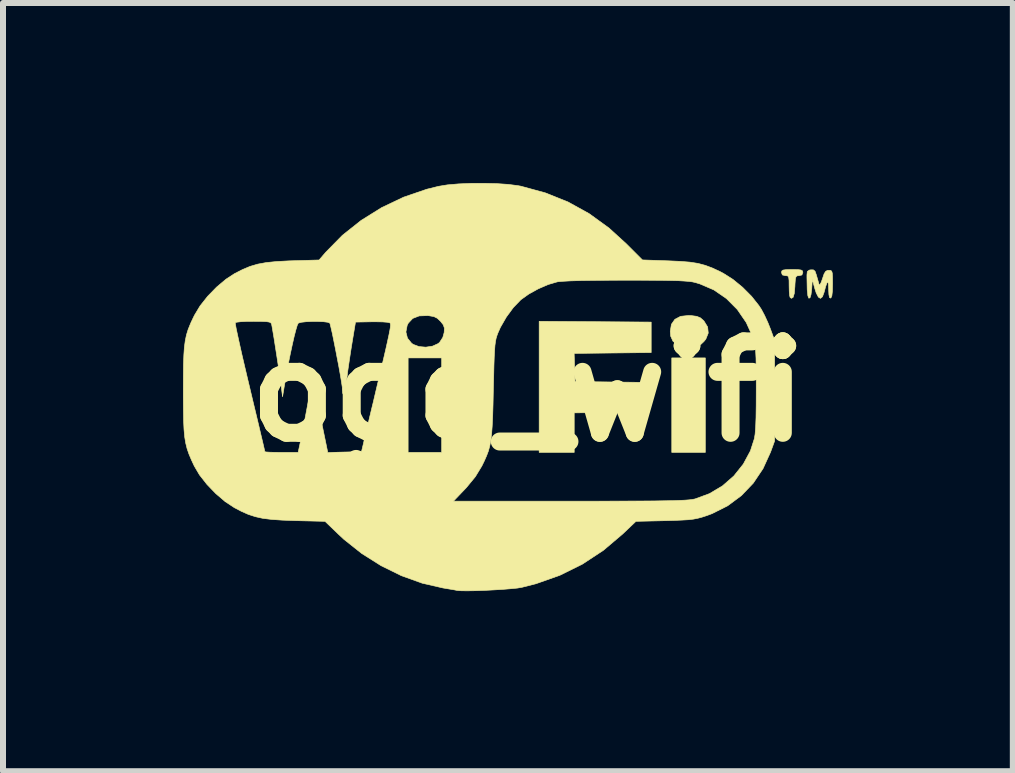
<source format=kicad_pcb>
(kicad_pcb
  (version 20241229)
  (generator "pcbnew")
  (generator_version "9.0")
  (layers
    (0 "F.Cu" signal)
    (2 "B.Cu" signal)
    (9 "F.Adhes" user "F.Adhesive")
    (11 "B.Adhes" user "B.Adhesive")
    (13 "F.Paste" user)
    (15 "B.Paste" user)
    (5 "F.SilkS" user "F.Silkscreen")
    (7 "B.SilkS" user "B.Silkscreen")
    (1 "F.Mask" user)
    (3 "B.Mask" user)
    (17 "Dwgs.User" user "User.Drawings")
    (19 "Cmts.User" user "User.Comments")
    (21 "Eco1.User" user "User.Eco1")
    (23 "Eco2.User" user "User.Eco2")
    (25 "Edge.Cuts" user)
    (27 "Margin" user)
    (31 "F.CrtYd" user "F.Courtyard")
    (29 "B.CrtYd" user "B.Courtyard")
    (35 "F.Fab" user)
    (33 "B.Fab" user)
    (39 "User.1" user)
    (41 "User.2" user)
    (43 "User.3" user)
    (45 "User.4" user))
  (footprint "logo_wifi"
    (layer "F.Cu")
    (at 5.352 3.474)
    (property "Reference" "logo_wifi" (at 0 0 0) (layer "F.SilkS") (effects (font (size 1.524 1.524) (thickness 0.3))))
    (attr through_hole)
    (fp_poly (pts (xy 3.353 1.016) (xy 2.794 1.016) (xy 2.794 -0.559) (xy 3.353 -0.559) (xy 3.353 1.016)) (stroke (width 0.01) (type solid)) (fill yes) (layer "F.SilkS"))
    (fp_poly (pts (xy 2.451 -1.156) (xy 2.451 -0.648) (xy 1.809 -0.641) (xy 1.167 -0.634) (xy 1.174 -0.4) (xy 1.181 -0.165) (xy 2.339 -0.151) (xy 2.324 0.343) (xy 1.746 0.35) (xy 1.168 0.357) (xy 1.168 1.016) (xy 0.584 1.016) (xy 0.584 -1.169) (xy 2.451 -1.156)) (stroke (width 0.01) (type solid)) (fill yes) (layer "F.SilkS"))
    (fp_poly (pts (xy 3.12 -1.264) (xy 3.21 -1.252) (xy 3.271 -1.227) (xy 3.324 -1.181) (xy 3.332 -1.172) (xy 3.392 -1.074) (xy 3.402 -0.973) (xy 3.362 -0.873) (xy 3.331 -0.834) (xy 3.282 -0.787) (xy 3.231 -0.761) (xy 3.159 -0.748) (xy 3.109 -0.744) (xy 2.98 -0.747) (xy 2.892 -0.774) (xy 2.89 -0.775) (xy 2.814 -0.837) (xy 2.776 -0.921) (xy 2.769 -1.003) (xy 2.788 -1.119) (xy 2.846 -1.202) (xy 2.941 -1.252) (xy 3.072 -1.266) (xy 3.12 -1.264)) (stroke (width 0.01) (type solid)) (fill yes) (layer "F.SilkS"))
    (fp_poly (pts (xy 4.894 -2.031) (xy 4.948 -2.024) (xy 4.972 -2.01) (xy 4.978 -1.985) (xy 4.978 -1.981) (xy 4.963 -1.941) (xy 4.916 -1.93) (xy 4.884 -1.927) (xy 4.864 -1.911) (xy 4.854 -1.871) (xy 4.848 -1.795) (xy 4.846 -1.748) (xy 4.836 -1.633) (xy 4.816 -1.568) (xy 4.788 -1.552) (xy 4.767 -1.566) (xy 4.758 -1.598) (xy 4.752 -1.667) (xy 4.75 -1.756) (xy 4.75 -1.757) (xy 4.749 -1.848) (xy 4.743 -1.9) (xy 4.729 -1.924) (xy 4.701 -1.93) (xy 4.686 -1.93) (xy 4.637 -1.942) (xy 4.623 -1.981) (xy 4.628 -2.008) (xy 4.649 -2.023) (xy 4.699 -2.03) (xy 4.786 -2.032) (xy 4.801 -2.032) (xy 4.894 -2.031)) (stroke (width 0.01) (type solid)) (fill yes) (layer "F.SilkS"))
    (fp_poly (pts (xy 5.155 -2.026) (xy 5.182 -2.003) (xy 5.203 -1.944) (xy 5.208 -1.926) (xy 5.23 -1.85) (xy 5.247 -1.79) (xy 5.25 -1.778) (xy 5.263 -1.779) (xy 5.285 -1.82) (xy 5.306 -1.88) (xy 5.333 -1.96) (xy 5.359 -2.002) (xy 5.391 -2.018) (xy 5.411 -2.019) (xy 5.441 -2.017) (xy 5.459 -2.005) (xy 5.469 -1.972) (xy 5.473 -1.91) (xy 5.474 -1.807) (xy 5.474 -1.793) (xy 5.471 -1.67) (xy 5.462 -1.593) (xy 5.446 -1.558) (xy 5.442 -1.556) (xy 5.423 -1.565) (xy 5.413 -1.614) (xy 5.408 -1.706) (xy 5.405 -1.789) (xy 5.396 -1.824) (xy 5.381 -1.81) (xy 5.358 -1.747) (xy 5.334 -1.656) (xy 5.305 -1.578) (xy 5.272 -1.551) (xy 5.237 -1.573) (xy 5.201 -1.643) (xy 5.178 -1.715) (xy 5.136 -1.867) (xy 5.127 -1.717) (xy 5.115 -1.615) (xy 5.098 -1.561) (xy 5.078 -1.554) (xy 5.062 -1.595) (xy 5.052 -1.685) (xy 5.051 -1.706) (xy 5.049 -1.805) (xy 5.047 -1.895) (xy 5.047 -1.943) (xy 5.053 -1.999) (xy 5.085 -2.022) (xy 5.112 -2.027) (xy 5.155 -2.026)) (stroke (width 0.01) (type solid)) (fill yes) (layer "F.SilkS"))
    (fp_poly (pts (xy -0.127 -3.464) (xy 0.067 -3.451) (xy 0.23 -3.43) (xy 0.279 -3.421) (xy 0.686 -3.31) (xy 1.063 -3.159) (xy 1.416 -2.964) (xy 1.747 -2.724) (xy 2.035 -2.462) (xy 2.305 -2.192) (xy 2.733 -2.177) (xy 2.934 -2.168) (xy 3.096 -2.155) (xy 3.231 -2.134) (xy 3.351 -2.102) (xy 3.469 -2.058) (xy 3.596 -1.999) (xy 3.658 -1.966) (xy 3.814 -1.867) (xy 3.975 -1.735) (xy 4.124 -1.585) (xy 4.246 -1.431) (xy 4.288 -1.367) (xy 4.341 -1.267) (xy 4.397 -1.145) (xy 4.44 -1.037) (xy 4.508 -0.851) (xy 4.508 0.826) (xy 4.44 1.012) (xy 4.315 1.286) (xy 4.152 1.529) (xy 3.954 1.736) (xy 3.725 1.906) (xy 3.466 2.036) (xy 3.378 2.069) (xy 3.298 2.095) (xy 3.227 2.114) (xy 3.155 2.128) (xy 3.071 2.138) (xy 2.965 2.144) (xy 2.827 2.15) (xy 2.68 2.154) (xy 2.197 2.165) (xy 1.975 2.376) (xy 1.653 2.649) (xy 1.303 2.879) (xy 0.929 3.064) (xy 0.53 3.205) (xy 0.298 3.264) (xy 0.223 3.277) (xy 0.111 3.288) (xy -0.025 3.299) (xy -0.176 3.308) (xy -0.331 3.316) (xy -0.479 3.321) (xy -0.61 3.323) (xy -0.714 3.322) (xy -0.78 3.317) (xy -0.787 3.316) (xy -0.83 3.307) (xy -0.907 3.294) (xy -1.003 3.278) (xy -1.016 3.276) (xy -1.364 3.196) (xy -1.712 3.071) (xy -2.051 2.904) (xy -2.373 2.701) (xy -2.669 2.466) (xy -2.756 2.385) (xy -2.985 2.165) (xy -3.48 2.153) (xy -3.697 2.145) (xy -3.874 2.133) (xy -4.021 2.115) (xy -4.147 2.087) (xy -4.264 2.049) (xy -4.381 1.997) (xy -4.496 1.937) (xy -4.65 1.835) (xy -4.657 1.829) (xy -0.845 1.829) (xy 1.096 1.829) (xy 1.466 1.829) (xy 1.789 1.828) (xy 2.067 1.827) (xy 2.306 1.826) (xy 2.507 1.825) (xy 2.675 1.822) (xy 2.812 1.82) (xy 2.923 1.816) (xy 3.011 1.812) (xy 3.078 1.807) (xy 3.13 1.801) (xy 3.169 1.794) (xy 3.183 1.791) (xy 3.422 1.703) (xy 3.639 1.574) (xy 3.829 1.408) (xy 3.986 1.211) (xy 4.105 0.99) (xy 4.171 0.785) (xy 4.183 0.71) (xy 4.192 0.595) (xy 4.198 0.437) (xy 4.201 0.233) (xy 4.202 -0.018) (xy 4.202 -0.051) (xy 4.202 -0.26) (xy 4.2 -0.426) (xy 4.198 -0.555) (xy 4.193 -0.654) (xy 4.187 -0.73) (xy 4.178 -0.789) (xy 4.167 -0.84) (xy 4.152 -0.888) (xy 4.147 -0.902) (xy 4.035 -1.149) (xy 3.886 -1.366) (xy 3.705 -1.548) (xy 3.496 -1.692) (xy 3.261 -1.793) (xy 3.187 -1.815) (xy 3.139 -1.826) (xy 3.079 -1.834) (xy 3.001 -1.84) (xy 2.9 -1.846) (xy 2.772 -1.849) (xy 2.61 -1.852) (xy 2.411 -1.853) (xy 2.168 -1.854) (xy 2.028 -1.854) (xy 1.745 -1.853) (xy 1.495 -1.851) (xy 1.283 -1.848) (xy 1.111 -1.843) (xy 0.983 -1.836) (xy 0.901 -1.829) (xy 0.884 -1.826) (xy 0.734 -1.782) (xy 0.57 -1.711) (xy 0.412 -1.624) (xy 0.282 -1.531) (xy 0.275 -1.525) (xy 0.153 -1.398) (xy 0.037 -1.24) (xy -0.062 -1.068) (xy -0.105 -0.971) (xy -0.121 -0.927) (xy -0.134 -0.883) (xy -0.144 -0.832) (xy -0.153 -0.767) (xy -0.159 -0.682) (xy -0.165 -0.572) (xy -0.17 -0.43) (xy -0.174 -0.25) (xy -0.18 -0.025) (xy -0.185 0.218) (xy -0.191 0.417) (xy -0.199 0.579) (xy -0.209 0.711) (xy -0.222 0.82) (xy -0.24 0.912) (xy -0.263 0.995) (xy -0.293 1.074) (xy -0.33 1.158) (xy -0.371 1.242) (xy -0.479 1.42) (xy -0.63 1.604) (xy -0.654 1.629) (xy -0.845 1.829) (xy -4.657 1.829) (xy -4.807 1.701) (xy -4.953 1.549) (xy -5.077 1.391) (xy -5.163 1.245) (xy -5.213 1.138) (xy -5.253 1.043) (xy -5.284 0.953) (xy -5.307 0.86) (xy -5.324 0.757) (xy -5.335 0.636) (xy -5.342 0.49) (xy -5.345 0.311) (xy -5.347 0.092) (xy -5.347 -0.013) (xy -5.346 -0.252) (xy -5.344 -0.447) (xy -5.338 -0.607) (xy -5.329 -0.738) (xy -5.314 -0.848) (xy -5.294 -0.944) (xy -5.266 -1.034) (xy -5.229 -1.125) (xy -5.22 -1.146) (xy -4.481 -1.146) (xy -4.478 -1.118) (xy -4.465 -1.045) (xy -4.441 -0.933) (xy -4.409 -0.787) (xy -4.37 -0.613) (xy -4.324 -0.416) (xy -4.273 -0.2) (xy -4.241 -0.066) (xy -4.188 0.157) (xy -4.138 0.365) (xy -4.093 0.553) (xy -4.055 0.715) (xy -4.024 0.845) (xy -4.002 0.94) (xy -3.99 0.993) (xy -3.988 1.004) (xy -3.964 1.009) (xy -3.9 1.013) (xy -3.806 1.015) (xy -3.711 1.016) (xy -3.433 1.016) (xy -3.407 0.895) (xy -3.38 0.764) (xy -3.348 0.604) (xy -3.314 0.429) (xy -3.281 0.254) (xy -3.251 0.092) (xy -3.227 -0.041) (xy -3.219 -0.089) (xy -3.186 -0.292) (xy -3.143 -0.025) (xy -3.121 0.1) (xy -3.092 0.258) (xy -3.059 0.428) (xy -3.026 0.594) (xy -3.019 0.629) (xy -2.939 1.018) (xy -2.658 1.01) (xy -2.377 1.003) (xy -2.344 0.864) (xy -2.329 0.797) (xy -2.303 0.69) (xy -2.271 0.554) (xy -2.234 0.397) (xy -2.194 0.231) (xy -2.184 0.191) (xy -2.116 -0.098) (xy -2.058 -0.34) (xy -2.01 -0.542) (xy -2.006 -0.559) (xy -1.6 -0.559) (xy -1.6 1.016) (xy -1.041 1.016) (xy -1.041 -0.559) (xy -1.6 -0.559) (xy -2.006 -0.559) (xy -1.972 -0.705) (xy -1.943 -0.836) (xy -1.921 -0.937) (xy -1.91 -0.991) (xy -1.637 -0.991) (xy -1.611 -0.888) (xy -1.542 -0.803) (xy -1.515 -0.784) (xy -1.419 -0.748) (xy -1.306 -0.738) (xy -1.193 -0.755) (xy -1.101 -0.797) (xy -1.076 -0.817) (xy -1.022 -0.9) (xy -0.999 -0.983) (xy -0.995 -1.056) (xy -1.015 -1.112) (xy -1.06 -1.169) (xy -1.114 -1.22) (xy -1.171 -1.248) (xy -1.253 -1.262) (xy -1.274 -1.264) (xy -1.416 -1.259) (xy -1.524 -1.217) (xy -1.598 -1.137) (xy -1.616 -1.101) (xy -1.637 -0.991) (xy -1.91 -0.991) (xy -1.906 -1.012) (xy -1.897 -1.065) (xy -1.894 -1.102) (xy -1.895 -1.124) (xy -1.899 -1.137) (xy -1.907 -1.144) (xy -1.908 -1.145) (xy -1.947 -1.153) (xy -2.024 -1.159) (xy -2.127 -1.161) (xy -2.209 -1.161) (xy -2.477 -1.156) (xy -2.532 -0.826) (xy -2.557 -0.671) (xy -2.582 -0.505) (xy -2.605 -0.349) (xy -2.618 -0.241) (xy -2.635 -0.123) (xy -2.652 -0.032) (xy -2.668 0.026) (xy -2.681 0.048) (xy -2.69 0.029) (xy -2.693 -0.027) (xy -2.698 -0.074) (xy -2.711 -0.16) (xy -2.73 -0.275) (xy -2.754 -0.41) (xy -2.782 -0.555) (xy -2.81 -0.702) (xy -2.838 -0.842) (xy -2.863 -0.965) (xy -2.885 -1.061) (xy -2.9 -1.123) (xy -2.906 -1.14) (xy -2.939 -1.153) (xy -3.008 -1.162) (xy -3.101 -1.166) (xy -3.203 -1.166) (xy -3.3 -1.162) (xy -3.38 -1.153) (xy -3.427 -1.14) (xy -3.431 -1.138) (xy -3.448 -1.103) (xy -3.471 -1.026) (xy -3.5 -0.914) (xy -3.532 -0.773) (xy -3.567 -0.61) (xy -3.602 -0.434) (xy -3.636 -0.251) (xy -3.667 -0.069) (xy -3.674 -0.025) (xy -3.693 0.089) (xy -3.714 -0.076) (xy -3.728 -0.18) (xy -3.747 -0.309) (xy -3.768 -0.454) (xy -3.791 -0.605) (xy -3.814 -0.752) (xy -3.835 -0.887) (xy -3.854 -1) (xy -3.868 -1.082) (xy -3.876 -1.123) (xy -3.876 -1.124) (xy -3.888 -1.143) (xy -3.914 -1.156) (xy -3.964 -1.164) (xy -4.047 -1.167) (xy -4.171 -1.168) (xy -4.179 -1.168) (xy -4.295 -1.167) (xy -4.391 -1.162) (xy -4.457 -1.154) (xy -4.481 -1.146) (xy -5.22 -1.146) (xy -5.183 -1.225) (xy -5.161 -1.27) (xy -5.068 -1.425) (xy -4.941 -1.586) (xy -4.792 -1.739) (xy -4.635 -1.871) (xy -4.496 -1.962) (xy -4.361 -2.031) (xy -4.235 -2.084) (xy -4.106 -2.122) (xy -3.964 -2.148) (xy -3.795 -2.165) (xy -3.591 -2.176) (xy -3.53 -2.178) (xy -3.084 -2.191) (xy -2.972 -2.321) (xy -2.696 -2.602) (xy -2.384 -2.85) (xy -2.041 -3.064) (xy -1.675 -3.238) (xy -1.29 -3.37) (xy -1.092 -3.419) (xy -0.945 -3.443) (xy -0.761 -3.459) (xy -0.555 -3.468) (xy -0.339 -3.469) (xy -0.127 -3.464)) (stroke (width 0.01) (type solid)) (fill yes) (layer "F.SilkS")))
  (gr_rect
    (start -3 -3)
    (end 13.83 9.803)
    (stroke (width 0.1) (type default))
    (fill no)
    (layer "Edge.Cuts")))
</source>
